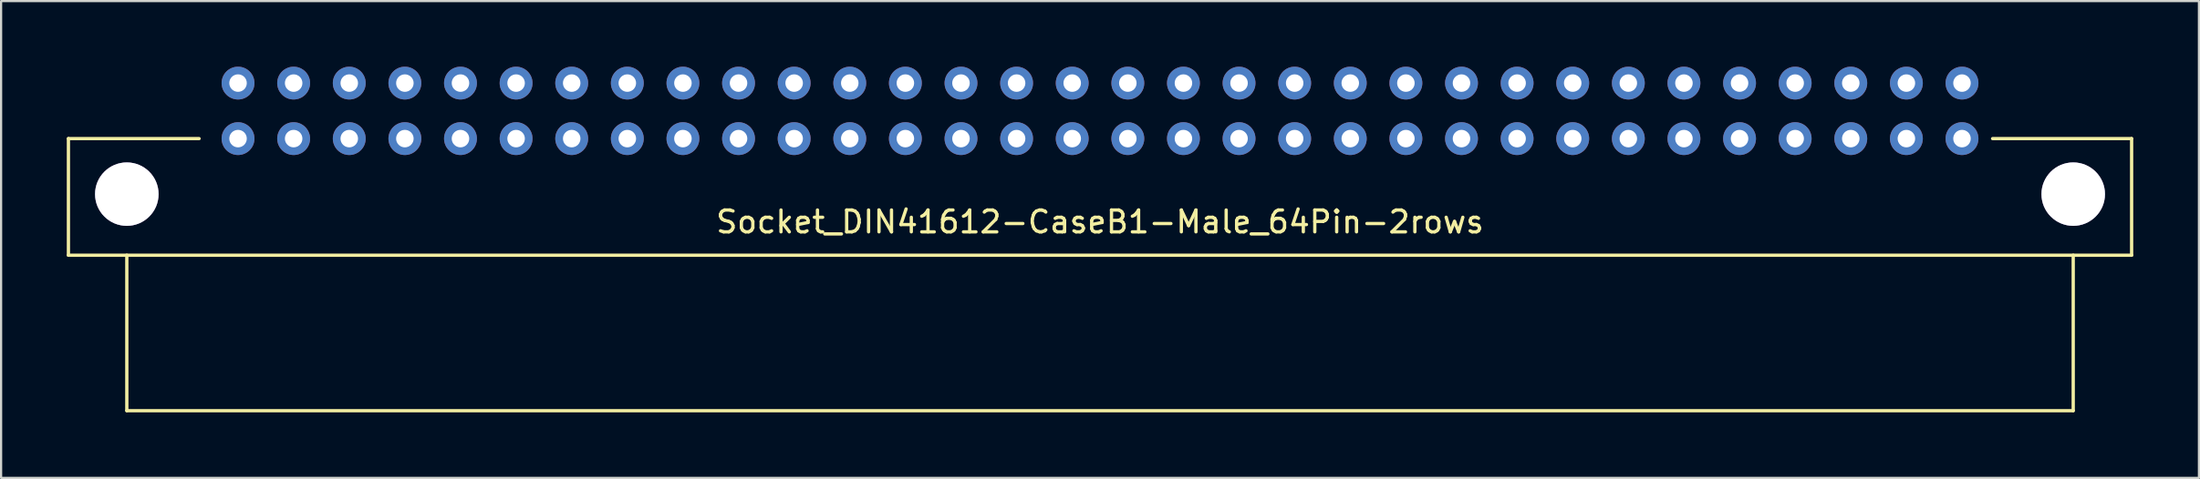
<source format=kicad_pcb>
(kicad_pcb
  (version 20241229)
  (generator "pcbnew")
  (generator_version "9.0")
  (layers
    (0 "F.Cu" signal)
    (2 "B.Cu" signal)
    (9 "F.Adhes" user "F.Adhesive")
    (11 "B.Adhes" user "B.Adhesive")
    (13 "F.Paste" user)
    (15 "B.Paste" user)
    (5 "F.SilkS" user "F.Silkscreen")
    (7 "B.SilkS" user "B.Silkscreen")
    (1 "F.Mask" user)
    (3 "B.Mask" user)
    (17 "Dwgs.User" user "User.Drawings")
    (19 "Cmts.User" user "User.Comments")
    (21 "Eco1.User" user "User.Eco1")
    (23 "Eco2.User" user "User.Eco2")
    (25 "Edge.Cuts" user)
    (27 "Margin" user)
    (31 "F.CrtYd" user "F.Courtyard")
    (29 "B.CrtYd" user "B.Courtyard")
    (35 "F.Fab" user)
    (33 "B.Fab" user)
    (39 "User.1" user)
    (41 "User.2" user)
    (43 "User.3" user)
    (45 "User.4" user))
  (footprint "Socket_DIN41612-CaseB1-Male_64Pin-2rows"
    (layer "F.Cu")
    (at 47.192 2.021)
    (property "Reference" "Socket_DIN41612-CaseB1-Male_64Pin-2rows" (at 0 5.08 0) (layer "F.SilkS") (effects (font (size 1 1) (thickness 0.15))))
    (attr through_hole)
    (fp_line (start -47.117 1.27) (end -41.148 1.27) (stroke (width 0.15) (type solid)) (layer "F.SilkS"))
    (fp_line (start -47.117 6.604) (end -47.117 1.27) (stroke (width 0.15) (type solid)) (layer "F.SilkS"))
    (fp_line (start -44.45 13.716) (end -44.45 6.604) (stroke (width 0.15) (type solid)) (layer "F.SilkS"))
    (fp_line (start 44.45 6.604) (end 44.45 13.716) (stroke (width 0.15) (type solid)) (layer "F.SilkS"))
    (fp_line (start 44.45 13.716) (end -44.45 13.716) (stroke (width 0.15) (type solid)) (layer "F.SilkS"))
    (fp_line (start 47.117 1.27) (end 40.767 1.27) (stroke (width 0.15) (type solid)) (layer "F.SilkS"))
    (fp_line (start 47.117 1.27) (end 47.117 6.604) (stroke (width 0.15) (type solid)) (layer "F.SilkS"))
    (fp_line (start 47.117 6.604) (end -47.117 6.604) (stroke (width 0.15) (type solid)) (layer "F.SilkS"))
    (pad "1" thru_hole circle (at -44.45 3.81) (size 2.901 2.901) (drill 2.901) (layers "*.Cu" "*.Mask"))
    (pad "1" thru_hole circle (at 44.45 3.81) (size 2.901 2.901) (drill 2.901) (layers "*.Cu" "*.Mask"))
    (pad "1a" thru_hole circle (at 39.37 -1.27 180) (size 1.501 1.501) (drill 0.8) (layers "*.Cu" "*.Mask"))
    (pad "1b" thru_hole circle (at 39.37 1.27 180) (size 1.501 1.501) (drill 0.8) (layers "*.Cu" "*.Mask"))
    (pad "2a" thru_hole circle (at 36.83 -1.27 180) (size 1.501 1.501) (drill 0.8) (layers "*.Cu" "*.Mask"))
    (pad "2b" thru_hole circle (at 36.83 1.27 180) (size 1.501 1.501) (drill 0.8) (layers "*.Cu" "*.Mask"))
    (pad "3a" thru_hole circle (at 34.29 -1.27 180) (size 1.501 1.501) (drill 0.8) (layers "*.Cu" "*.Mask"))
    (pad "3b" thru_hole circle (at 34.29 1.27 180) (size 1.501 1.501) (drill 0.8) (layers "*.Cu" "*.Mask"))
    (pad "4a" thru_hole circle (at 31.75 -1.27 180) (size 1.501 1.501) (drill 0.8) (layers "*.Cu" "*.Mask"))
    (pad "4b" thru_hole circle (at 31.75 1.27 180) (size 1.501 1.501) (drill 0.8) (layers "*.Cu" "*.Mask"))
    (pad "5a" thru_hole circle (at 29.21 -1.27 180) (size 1.501 1.501) (drill 0.8) (layers "*.Cu" "*.Mask"))
    (pad "5b" thru_hole circle (at 29.21 1.27 180) (size 1.501 1.501) (drill 0.8) (layers "*.Cu" "*.Mask"))
    (pad "6a" thru_hole circle (at 26.67 -1.27 180) (size 1.501 1.501) (drill 0.8) (layers "*.Cu" "*.Mask"))
    (pad "6b" thru_hole circle (at 26.67 1.27 180) (size 1.501 1.501) (drill 0.8) (layers "*.Cu" "*.Mask"))
    (pad "7a" thru_hole circle (at 24.13 -1.27 180) (size 1.501 1.501) (drill 0.8) (layers "*.Cu" "*.Mask"))
    (pad "7b" thru_hole circle (at 24.13 1.27 180) (size 1.501 1.501) (drill 0.8) (layers "*.Cu" "*.Mask"))
    (pad "8a" thru_hole circle (at 21.59 -1.27 180) (size 1.501 1.501) (drill 0.8) (layers "*.Cu" "*.Mask"))
    (pad "8b" thru_hole circle (at 21.59 1.27 180) (size 1.501 1.501) (drill 0.8) (layers "*.Cu" "*.Mask"))
    (pad "9a" thru_hole circle (at 19.05 -1.27 180) (size 1.501 1.501) (drill 0.8) (layers "*.Cu" "*.Mask"))
    (pad "9b" thru_hole circle (at 19.05 1.27 180) (size 1.501 1.501) (drill 0.8) (layers "*.Cu" "*.Mask"))
    (pad "10a" thru_hole circle (at 16.51 -1.27 180) (size 1.501 1.501) (drill 0.8) (layers "*.Cu" "*.Mask"))
    (pad "10b" thru_hole circle (at 16.51 1.27 180) (size 1.501 1.501) (drill 0.8) (layers "*.Cu" "*.Mask"))
    (pad "11a" thru_hole circle (at 13.97 -1.27 180) (size 1.501 1.501) (drill 0.8) (layers "*.Cu" "*.Mask"))
    (pad "11b" thru_hole circle (at 13.97 1.27 180) (size 1.501 1.501) (drill 0.8) (layers "*.Cu" "*.Mask"))
    (pad "12a" thru_hole circle (at 11.43 -1.27 180) (size 1.501 1.501) (drill 0.8) (layers "*.Cu" "*.Mask"))
    (pad "12b" thru_hole circle (at 11.43 1.27 180) (size 1.501 1.501) (drill 0.8) (layers "*.Cu" "*.Mask"))
    (pad "13a" thru_hole circle (at 8.89 -1.27 180) (size 1.501 1.501) (drill 0.8) (layers "*.Cu" "*.Mask"))
    (pad "13b" thru_hole circle (at 8.89 1.27 180) (size 1.501 1.501) (drill 0.8) (layers "*.Cu" "*.Mask"))
    (pad "14a" thru_hole circle (at 6.35 -1.27 180) (size 1.501 1.501) (drill 0.8) (layers "*.Cu" "*.Mask"))
    (pad "14b" thru_hole circle (at 6.35 1.27 180) (size 1.501 1.501) (drill 0.8) (layers "*.Cu" "*.Mask"))
    (pad "15a" thru_hole circle (at 3.81 -1.27 180) (size 1.501 1.501) (drill 0.8) (layers "*.Cu" "*.Mask"))
    (pad "15b" thru_hole circle (at 3.81 1.27 180) (size 1.501 1.501) (drill 0.8) (layers "*.Cu" "*.Mask"))
    (pad "16a" thru_hole circle (at 1.27 -1.27 180) (size 1.501 1.501) (drill 0.8) (layers "*.Cu" "*.Mask"))
    (pad "16b" thru_hole circle (at 1.27 1.27 180) (size 1.501 1.501) (drill 0.8) (layers "*.Cu" "*.Mask"))
    (pad "17a" thru_hole circle (at -1.27 -1.27 180) (size 1.501 1.501) (drill 0.8) (layers "*.Cu" "*.Mask"))
    (pad "17b" thru_hole circle (at -1.27 1.27 180) (size 1.501 1.501) (drill 0.8) (layers "*.Cu" "*.Mask"))
    (pad "18a" thru_hole circle (at -3.81 -1.27 180) (size 1.501 1.501) (drill 0.8) (layers "*.Cu" "*.Mask"))
    (pad "18b" thru_hole circle (at -3.81 1.27 180) (size 1.501 1.501) (drill 0.8) (layers "*.Cu" "*.Mask"))
    (pad "19a" thru_hole circle (at -6.35 -1.27 180) (size 1.501 1.501) (drill 0.8) (layers "*.Cu" "*.Mask"))
    (pad "19b" thru_hole circle (at -6.35 1.27 180) (size 1.501 1.501) (drill 0.8) (layers "*.Cu" "*.Mask"))
    (pad "20a" thru_hole circle (at -8.89 -1.27 180) (size 1.501 1.501) (drill 0.8) (layers "*.Cu" "*.Mask"))
    (pad "20b" thru_hole circle (at -8.89 1.27 180) (size 1.501 1.501) (drill 0.8) (layers "*.Cu" "*.Mask"))
    (pad "21a" thru_hole circle (at -11.43 -1.27 180) (size 1.501 1.501) (drill 0.8) (layers "*.Cu" "*.Mask"))
    (pad "21b" thru_hole circle (at -11.43 1.27 180) (size 1.501 1.501) (drill 0.8) (layers "*.Cu" "*.Mask"))
    (pad "22a" thru_hole circle (at -13.97 -1.27 180) (size 1.501 1.501) (drill 0.8) (layers "*.Cu" "*.Mask"))
    (pad "22b" thru_hole circle (at -13.97 1.27 180) (size 1.501 1.501) (drill 0.8) (layers "*.Cu" "*.Mask"))
    (pad "23a" thru_hole circle (at -16.51 -1.27 180) (size 1.501 1.501) (drill 0.8) (layers "*.Cu" "*.Mask"))
    (pad "23b" thru_hole circle (at -16.51 1.27 180) (size 1.501 1.501) (drill 0.8) (layers "*.Cu" "*.Mask"))
    (pad "24a" thru_hole circle (at -19.05 -1.27 180) (size 1.501 1.501) (drill 0.8) (layers "*.Cu" "*.Mask"))
    (pad "24b" thru_hole circle (at -19.05 1.27 180) (size 1.501 1.501) (drill 0.8) (layers "*.Cu" "*.Mask"))
    (pad "25a" thru_hole circle (at -21.59 -1.27 180) (size 1.501 1.501) (drill 0.8) (layers "*.Cu" "*.Mask"))
    (pad "25b" thru_hole circle (at -21.59 1.27 180) (size 1.501 1.501) (drill 0.8) (layers "*.Cu" "*.Mask"))
    (pad "26a" thru_hole circle (at -24.13 -1.27 180) (size 1.501 1.501) (drill 0.8) (layers "*.Cu" "*.Mask"))
    (pad "26b" thru_hole circle (at -24.13 1.27 180) (size 1.501 1.501) (drill 0.8) (layers "*.Cu" "*.Mask"))
    (pad "27a" thru_hole circle (at -26.67 -1.27 180) (size 1.501 1.501) (drill 0.8) (layers "*.Cu" "*.Mask"))
    (pad "27b" thru_hole circle (at -26.67 1.27 180) (size 1.501 1.501) (drill 0.8) (layers "*.Cu" "*.Mask"))
    (pad "28a" thru_hole circle (at -29.21 -1.27 180) (size 1.501 1.501) (drill 0.8) (layers "*.Cu" "*.Mask"))
    (pad "28b" thru_hole circle (at -29.21 1.27 180) (size 1.501 1.501) (drill 0.8) (layers "*.Cu" "*.Mask"))
    (pad "29a" thru_hole circle (at -31.75 -1.27 180) (size 1.501 1.501) (drill 0.8) (layers "*.Cu" "*.Mask"))
    (pad "29b" thru_hole circle (at -31.75 1.27 180) (size 1.501 1.501) (drill 0.8) (layers "*.Cu" "*.Mask"))
    (pad "30a" thru_hole circle (at -34.29 -1.27 180) (size 1.501 1.501) (drill 0.8) (layers "*.Cu" "*.Mask"))
    (pad "30b" thru_hole circle (at -34.29 1.27 180) (size 1.501 1.501) (drill 0.8) (layers "*.Cu" "*.Mask"))
    (pad "31a" thru_hole circle (at -36.83 -1.27 180) (size 1.501 1.501) (drill 0.8) (layers "*.Cu" "*.Mask"))
    (pad "31b" thru_hole circle (at -36.83 1.27 180) (size 1.501 1.501) (drill 0.8) (layers "*.Cu" "*.Mask"))
    (pad "32a" thru_hole circle (at -39.37 -1.27 180) (size 1.501 1.501) (drill 0.8) (layers "*.Cu" "*.Mask"))
    (pad "32b" thru_hole circle (at -39.37 1.27 180) (size 1.501 1.501) (drill 0.8) (layers "*.Cu" "*.Mask")))
  (gr_rect
    (start -3 -3)
    (end 97.384 18.812)
    (stroke (width 0.1) (type default))
    (fill no)
    (layer "Edge.Cuts")))
</source>
